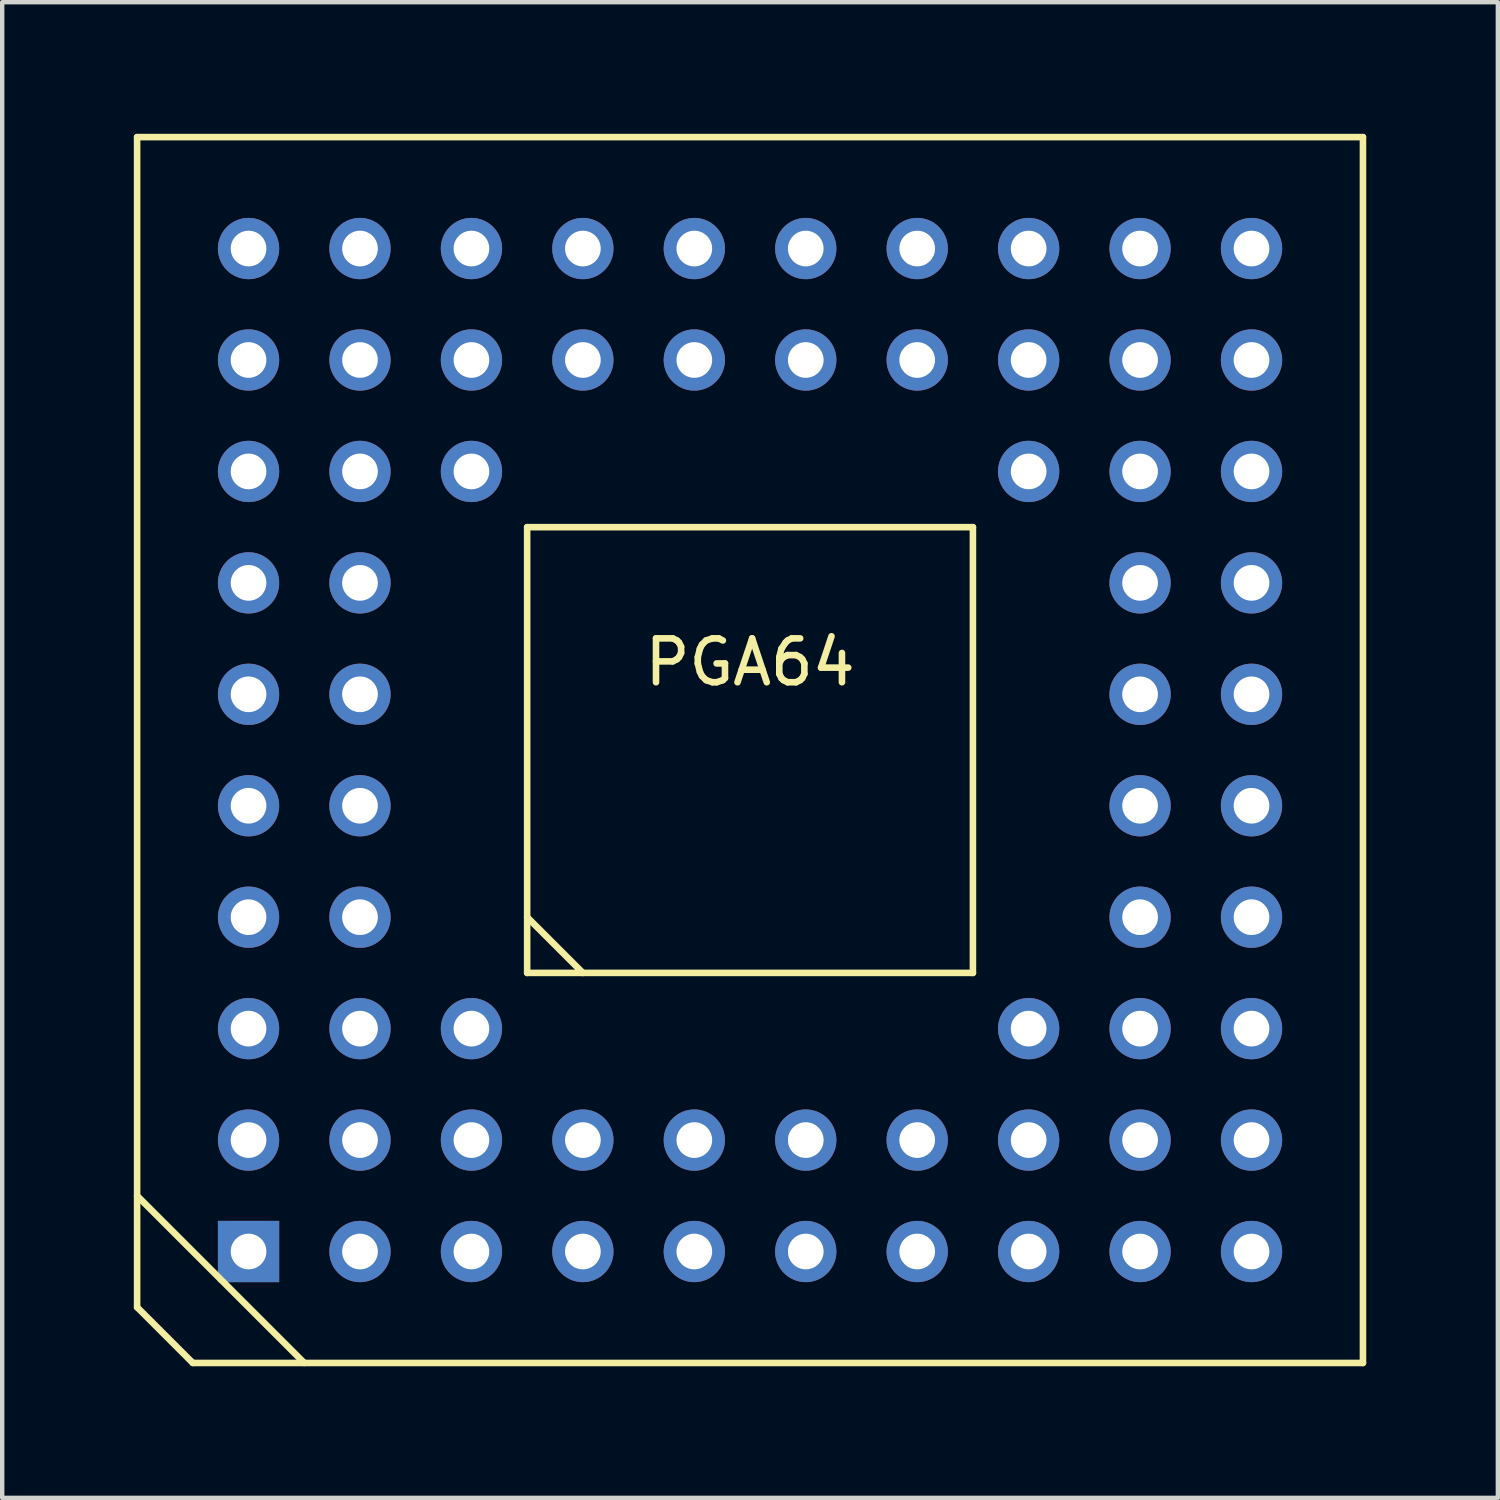
<source format=kicad_pcb>
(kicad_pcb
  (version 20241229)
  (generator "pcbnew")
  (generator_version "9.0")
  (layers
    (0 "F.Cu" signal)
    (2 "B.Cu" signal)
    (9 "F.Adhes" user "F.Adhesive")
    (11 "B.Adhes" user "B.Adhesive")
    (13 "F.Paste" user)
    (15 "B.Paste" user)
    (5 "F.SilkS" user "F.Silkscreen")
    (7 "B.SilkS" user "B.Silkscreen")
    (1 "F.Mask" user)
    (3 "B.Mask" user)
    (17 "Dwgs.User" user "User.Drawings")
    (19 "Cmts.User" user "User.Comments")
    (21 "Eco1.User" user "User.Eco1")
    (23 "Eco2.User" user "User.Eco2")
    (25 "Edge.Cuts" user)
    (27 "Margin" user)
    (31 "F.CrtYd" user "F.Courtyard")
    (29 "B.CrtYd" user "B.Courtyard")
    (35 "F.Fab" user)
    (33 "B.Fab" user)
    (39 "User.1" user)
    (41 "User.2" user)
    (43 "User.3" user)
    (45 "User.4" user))
  (footprint "PGA64"
    (layer "F.Cu")
    (at 14.045 14.045)
    (property "Reference" "PGA64" (at 0 -2 180) (layer "F.SilkS") (effects (font (size 1 1) (thickness 0.15))))
    (attr through_hole)
    (fp_line (start -13.97 -13.97) (end 13.97 -13.97) (stroke (width 0.15) (type solid)) (layer "F.SilkS"))
    (fp_line (start -13.97 12.7) (end -13.97 -13.97) (stroke (width 0.15) (type solid)) (layer "F.SilkS"))
    (fp_line (start -12.7 13.97) (end -13.97 12.7) (stroke (width 0.15) (type solid)) (layer "F.SilkS"))
    (fp_line (start -10.16 13.97) (end -13.97 10.16) (stroke (width 0.15) (type solid)) (layer "F.SilkS"))
    (fp_line (start -5.08 -5.08) (end 5.08 -5.08) (stroke (width 0.15) (type solid)) (layer "F.SilkS"))
    (fp_line (start -5.08 5.08) (end -5.08 -5.08) (stroke (width 0.15) (type solid)) (layer "F.SilkS"))
    (fp_line (start -3.81 5.08) (end -5.08 3.81) (stroke (width 0.15) (type solid)) (layer "F.SilkS"))
    (fp_line (start 5.08 -5.08) (end 5.08 5.08) (stroke (width 0.15) (type solid)) (layer "F.SilkS"))
    (fp_line (start 5.08 5.08) (end -5.08 5.08) (stroke (width 0.15) (type solid)) (layer "F.SilkS"))
    (fp_line (start 13.97 -13.97) (end 13.97 13.97) (stroke (width 0.15) (type solid)) (layer "F.SilkS"))
    (fp_line (start 13.97 13.97) (end -12.7 13.97) (stroke (width 0.15) (type solid)) (layer "F.SilkS"))
    (pad "A01" thru_hole rect (at -11.43 11.43 90) (size 1.397 1.397) (drill 0.813) (layers "*.Cu" "*.Mask"))
    (pad "A02" thru_hole circle (at -8.89 11.43 90) (size 1.397 1.397) (drill 0.813) (layers "*.Cu" "*.Mask"))
    (pad "A03" thru_hole circle (at -6.35 11.43 90) (size 1.397 1.397) (drill 0.813) (layers "*.Cu" "*.Mask"))
    (pad "A04" thru_hole circle (at -3.81 11.43 90) (size 1.397 1.397) (drill 0.813) (layers "*.Cu" "*.Mask"))
    (pad "A05" thru_hole circle (at -1.27 11.43 90) (size 1.397 1.397) (drill 0.813) (layers "*.Cu" "*.Mask"))
    (pad "A06" thru_hole circle (at 1.27 11.43 90) (size 1.397 1.397) (drill 0.813) (layers "*.Cu" "*.Mask"))
    (pad "A07" thru_hole circle (at 3.81 11.43 90) (size 1.397 1.397) (drill 0.813) (layers "*.Cu" "*.Mask"))
    (pad "A08" thru_hole circle (at 6.35 11.43 90) (size 1.397 1.397) (drill 0.813) (layers "*.Cu" "*.Mask"))
    (pad "A09" thru_hole circle (at 8.89 11.43 90) (size 1.397 1.397) (drill 0.813) (layers "*.Cu" "*.Mask"))
    (pad "A10" thru_hole circle (at 11.43 11.43 90) (size 1.397 1.397) (drill 0.813) (layers "*.Cu" "*.Mask"))
    (pad "B01" thru_hole circle (at -11.43 8.89 90) (size 1.397 1.397) (drill 0.813) (layers "*.Cu" "*.Mask"))
    (pad "B02" thru_hole circle (at -8.89 8.89 90) (size 1.397 1.397) (drill 0.813) (layers "*.Cu" "*.Mask"))
    (pad "B03" thru_hole circle (at -6.35 8.89 90) (size 1.397 1.397) (drill 0.813) (layers "*.Cu" "*.Mask"))
    (pad "B04" thru_hole circle (at -3.81 8.89 90) (size 1.397 1.397) (drill 0.813) (layers "*.Cu" "*.Mask"))
    (pad "B05" thru_hole circle (at -1.27 8.89 90) (size 1.397 1.397) (drill 0.813) (layers "*.Cu" "*.Mask"))
    (pad "B06" thru_hole circle (at 1.27 8.89 90) (size 1.397 1.397) (drill 0.813) (layers "*.Cu" "*.Mask"))
    (pad "B07" thru_hole circle (at 3.81 8.89 90) (size 1.397 1.397) (drill 0.813) (layers "*.Cu" "*.Mask"))
    (pad "B08" thru_hole circle (at 6.35 8.89 90) (size 1.397 1.397) (drill 0.813) (layers "*.Cu" "*.Mask"))
    (pad "B09" thru_hole circle (at 8.89 8.89 90) (size 1.397 1.397) (drill 0.813) (layers "*.Cu" "*.Mask"))
    (pad "B10" thru_hole circle (at 11.43 8.89 90) (size 1.397 1.397) (drill 0.813) (layers "*.Cu" "*.Mask"))
    (pad "C01" thru_hole circle (at -11.43 6.35 90) (size 1.397 1.397) (drill 0.813) (layers "*.Cu" "*.Mask"))
    (pad "C02" thru_hole circle (at -8.89 6.35 90) (size 1.397 1.397) (drill 0.813) (layers "*.Cu" "*.Mask"))
    (pad "C03" thru_hole circle (at -6.35 6.35 90) (size 1.397 1.397) (drill 0.813) (layers "*.Cu" "*.Mask"))
    (pad "C08" thru_hole circle (at 6.35 6.35 90) (size 1.397 1.397) (drill 0.813) (layers "*.Cu" "*.Mask"))
    (pad "C09" thru_hole circle (at 8.89 6.35 90) (size 1.397 1.397) (drill 0.813) (layers "*.Cu" "*.Mask"))
    (pad "C10" thru_hole circle (at 11.43 6.35 90) (size 1.397 1.397) (drill 0.813) (layers "*.Cu" "*.Mask"))
    (pad "D01" thru_hole circle (at -11.43 3.81 90) (size 1.397 1.397) (drill 0.813) (layers "*.Cu" "*.Mask"))
    (pad "D02" thru_hole circle (at -8.89 3.81 90) (size 1.397 1.397) (drill 0.813) (layers "*.Cu" "*.Mask"))
    (pad "D09" thru_hole circle (at 8.89 3.81 90) (size 1.397 1.397) (drill 0.813) (layers "*.Cu" "*.Mask"))
    (pad "D10" thru_hole circle (at 11.43 3.81 90) (size 1.397 1.397) (drill 0.813) (layers "*.Cu" "*.Mask"))
    (pad "E01" thru_hole circle (at -11.43 1.27 90) (size 1.397 1.397) (drill 0.813) (layers "*.Cu" "*.Mask"))
    (pad "E02" thru_hole circle (at -8.89 1.27 90) (size 1.397 1.397) (drill 0.813) (layers "*.Cu" "*.Mask"))
    (pad "E09" thru_hole circle (at 8.89 1.27 90) (size 1.397 1.397) (drill 0.813) (layers "*.Cu" "*.Mask"))
    (pad "E10" thru_hole circle (at 11.43 1.27 90) (size 1.397 1.397) (drill 0.813) (layers "*.Cu" "*.Mask"))
    (pad "F01" thru_hole circle (at -11.43 -1.27 90) (size 1.397 1.397) (drill 0.813) (layers "*.Cu" "*.Mask"))
    (pad "F02" thru_hole circle (at -8.89 -1.27 90) (size 1.397 1.397) (drill 0.813) (layers "*.Cu" "*.Mask"))
    (pad "F09" thru_hole circle (at 8.89 -1.27 90) (size 1.397 1.397) (drill 0.813) (layers "*.Cu" "*.Mask"))
    (pad "F10" thru_hole circle (at 11.43 -1.27 90) (size 1.397 1.397) (drill 0.813) (layers "*.Cu" "*.Mask"))
    (pad "G01" thru_hole circle (at -11.43 -3.81 90) (size 1.397 1.397) (drill 0.813) (layers "*.Cu" "*.Mask"))
    (pad "G02" thru_hole circle (at -8.89 -3.81 90) (size 1.397 1.397) (drill 0.813) (layers "*.Cu" "*.Mask"))
    (pad "G09" thru_hole circle (at 8.89 -3.81 90) (size 1.397 1.397) (drill 0.813) (layers "*.Cu" "*.Mask"))
    (pad "G10" thru_hole circle (at 11.43 -3.81 90) (size 1.397 1.397) (drill 0.813) (layers "*.Cu" "*.Mask"))
    (pad "H01" thru_hole circle (at -11.43 -6.35 90) (size 1.397 1.397) (drill 0.813) (layers "*.Cu" "*.Mask"))
    (pad "H02" thru_hole circle (at -8.89 -6.35 90) (size 1.397 1.397) (drill 0.813) (layers "*.Cu" "*.Mask"))
    (pad "H03" thru_hole circle (at -6.35 -6.35 90) (size 1.397 1.397) (drill 0.813) (layers "*.Cu" "*.Mask"))
    (pad "H08" thru_hole circle (at 6.35 -6.35 90) (size 1.397 1.397) (drill 0.813) (layers "*.Cu" "*.Mask"))
    (pad "H09" thru_hole circle (at 8.89 -6.35 90) (size 1.397 1.397) (drill 0.813) (layers "*.Cu" "*.Mask"))
    (pad "H10" thru_hole circle (at 11.43 -6.35 90) (size 1.397 1.397) (drill 0.813) (layers "*.Cu" "*.Mask"))
    (pad "J01" thru_hole circle (at -11.43 -8.89 90) (size 1.397 1.397) (drill 0.813) (layers "*.Cu" "*.Mask"))
    (pad "J02" thru_hole circle (at -8.89 -8.89 90) (size 1.397 1.397) (drill 0.813) (layers "*.Cu" "*.Mask"))
    (pad "J03" thru_hole circle (at -6.35 -8.89 90) (size 1.397 1.397) (drill 0.813) (layers "*.Cu" "*.Mask"))
    (pad "J04" thru_hole circle (at -3.81 -8.89 90) (size 1.397 1.397) (drill 0.813) (layers "*.Cu" "*.Mask"))
    (pad "J05" thru_hole circle (at -1.27 -8.89 90) (size 1.397 1.397) (drill 0.813) (layers "*.Cu" "*.Mask"))
    (pad "J06" thru_hole circle (at 1.27 -8.89 90) (size 1.397 1.397) (drill 0.813) (layers "*.Cu" "*.Mask"))
    (pad "J07" thru_hole circle (at 3.81 -8.89 90) (size 1.397 1.397) (drill 0.813) (layers "*.Cu" "*.Mask"))
    (pad "J08" thru_hole circle (at 6.35 -8.89 90) (size 1.397 1.397) (drill 0.813) (layers "*.Cu" "*.Mask"))
    (pad "J09" thru_hole circle (at 8.89 -8.89 90) (size 1.397 1.397) (drill 0.813) (layers "*.Cu" "*.Mask"))
    (pad "J10" thru_hole circle (at 11.43 -8.89 90) (size 1.397 1.397) (drill 0.813) (layers "*.Cu" "*.Mask"))
    (pad "K01" thru_hole circle (at -11.43 -11.43 90) (size 1.397 1.397) (drill 0.813) (layers "*.Cu" "*.Mask"))
    (pad "K02" thru_hole circle (at -8.89 -11.43 90) (size 1.397 1.397) (drill 0.813) (layers "*.Cu" "*.Mask"))
    (pad "K03" thru_hole circle (at -6.35 -11.43 90) (size 1.397 1.397) (drill 0.813) (layers "*.Cu" "*.Mask"))
    (pad "K04" thru_hole circle (at -3.81 -11.43 90) (size 1.397 1.397) (drill 0.813) (layers "*.Cu" "*.Mask"))
    (pad "K05" thru_hole circle (at -1.27 -11.43 90) (size 1.397 1.397) (drill 0.813) (layers "*.Cu" "*.Mask"))
    (pad "K06" thru_hole circle (at 1.27 -11.43 90) (size 1.397 1.397) (drill 0.813) (layers "*.Cu" "*.Mask"))
    (pad "K07" thru_hole circle (at 3.81 -11.43 90) (size 1.397 1.397) (drill 0.813) (layers "*.Cu" "*.Mask"))
    (pad "K08" thru_hole circle (at 6.35 -11.43 90) (size 1.397 1.397) (drill 0.813) (layers "*.Cu" "*.Mask"))
    (pad "K09" thru_hole circle (at 8.89 -11.43 90) (size 1.397 1.397) (drill 0.813) (layers "*.Cu" "*.Mask"))
    (pad "K10" thru_hole circle (at 11.43 -11.43 90) (size 1.397 1.397) (drill 0.813) (layers "*.Cu" "*.Mask")))
  (gr_rect
    (start -3 -3)
    (end 31.09 31.09)
    (stroke (width 0.1) (type default))
    (fill no)
    (layer "Edge.Cuts")))
</source>
